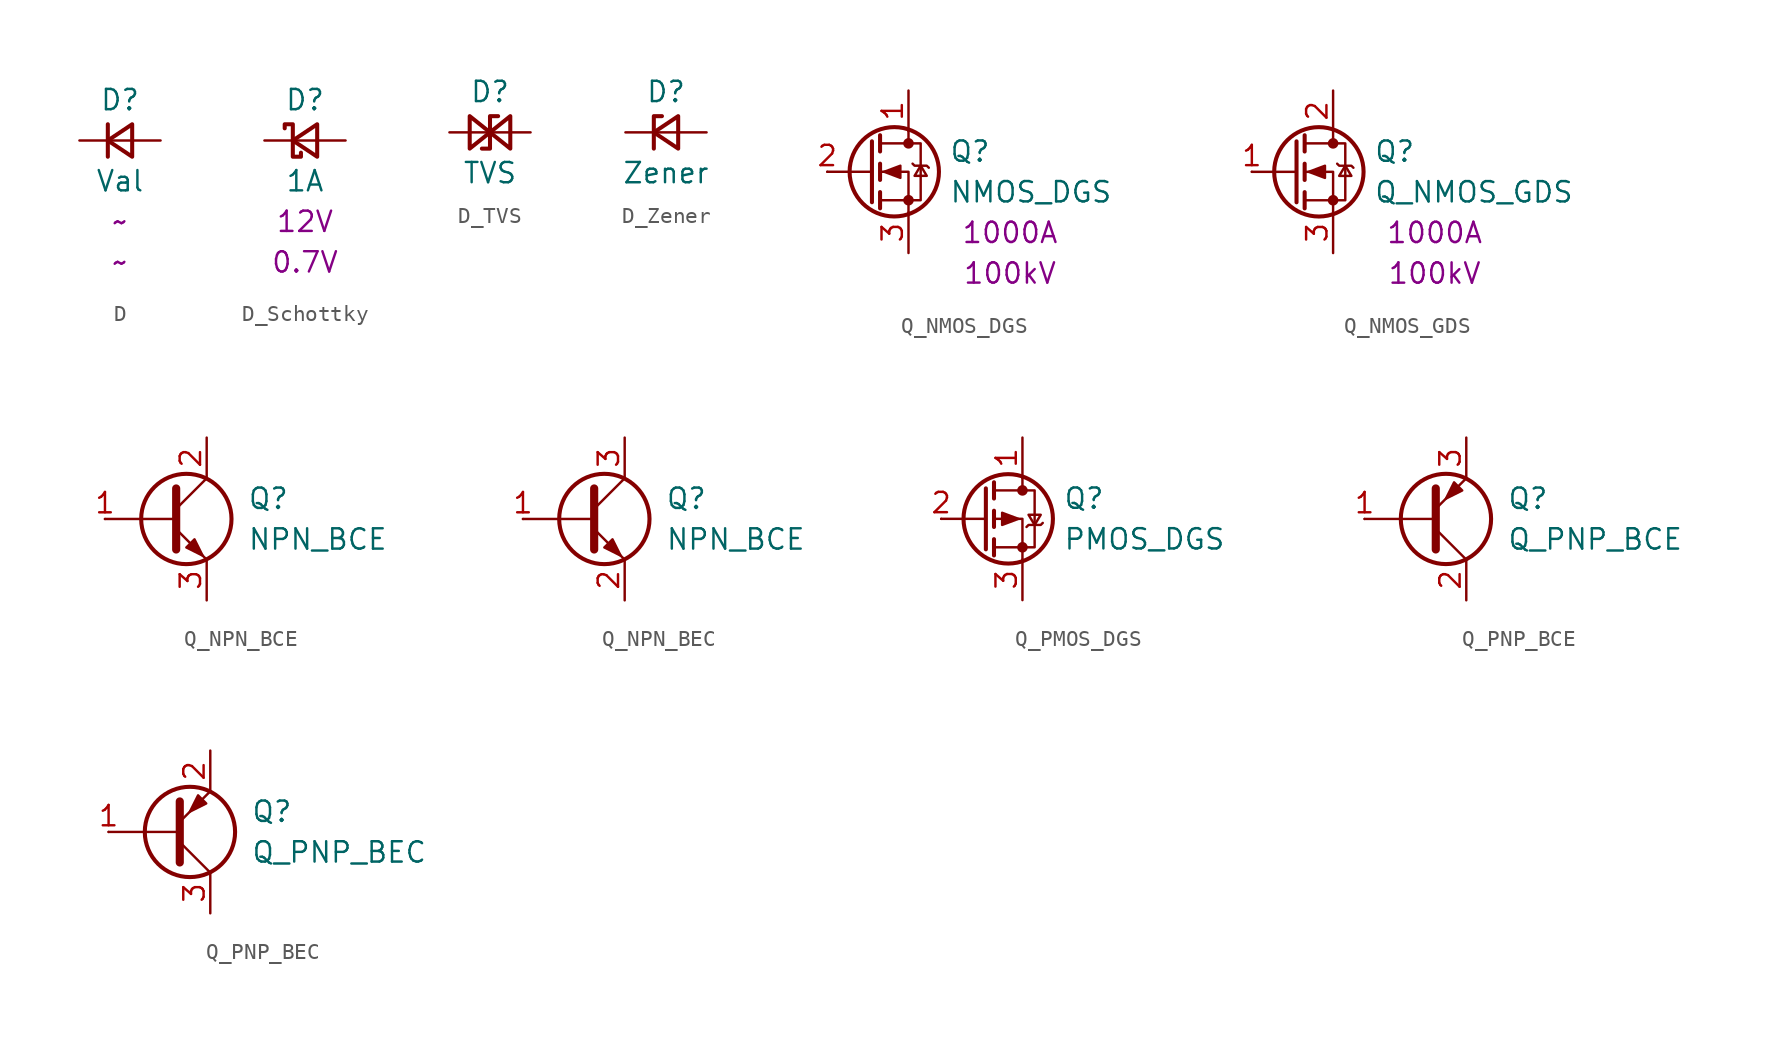
<source format=kicad_sym>
(kicad_symbol_lib
  (version 20241209)
  (generator "kicad_symbol_editor")
  (generator_version "9.0")
  (symbol "D"
    (pin_numbers
      (hide yes))
    (pin_names
      (offset 1.016)
      (hide yes))
    (property "Reference" "D"
      (at 0 2.54 0)
      (effects (font (size 1.27 1.27))))
    (property "Value" "Val"
      (at 0 -2.54 0)
      (effects (font (size 1.27 1.27))))
    (property "VMax" "~"
      (at 0 -7.62 0)
      (effects (font (size 1.27 1.27))))
    (property "IMax" "~"
      (at 0 -5.08 0)
      (effects (font (size 1.27 1.27))))
    (symbol "D_0_1"
      (polyline (pts (xy -0.762 0) (xy 0.762 0)) (stroke (width 0) (type default)) (fill (type none)))
      (polyline (pts (xy -0.762 -1.016) (xy -0.762 1.016)) (stroke (width 0.254) (type default)) (fill (type none)))
      (polyline (pts (xy 0.762 -1.016) (xy -0.762 0) (xy 0.762 1.016) (xy 0.762 -1.016)) (stroke (width 0.254) (type default)) (fill (type none))))
    (symbol "D_1_1"
      (pin passive line (at -2.54 0 0) (length 1.778) (name "K" (effects (font (size 1.27 1.27)))) (number "1" (effects (font (size 1.27 1.27)))))
      (pin passive line (at 2.54 0 180) (length 1.778) (name "A" (effects (font (size 1.27 1.27)))) (number "2" (effects (font (size 1.27 1.27)))))))
  (symbol "D_Schottky"
    (pin_numbers
      (hide yes))
    (pin_names
      (offset 1.016)
      (hide yes))
    (property "Reference" "D"
      (at 0 2.54 0)
      (effects (font (size 1.27 1.27))))
    (property "Value" "1A"
      (at 0 -2.54 0)
      (effects (font (size 1.27 1.27))))
    (property "VDrop" "0.7V"
      (at 0 -7.62 0)
      (effects (font (size 1.27 1.27))))
    (property "VMax" "12V"
      (at 0 -5.08 0)
      (effects (font (size 1.27 1.27))))
    (symbol "D_Schottky_0_1"
      (polyline (pts (xy -1.27 0.762) (xy -1.27 1.016) (xy -0.762 1.016) (xy -0.762 -1.016) (xy -0.254 -1.016) (xy -0.254 -0.762)) (stroke (width 0.254) (type default)) (fill (type none)))
      (polyline (pts (xy -0.762 0) (xy 0.762 0)) (stroke (width 0) (type default)) (fill (type none)))
      (polyline (pts (xy 0.762 -1.016) (xy -0.762 0) (xy 0.762 1.016) (xy 0.762 -1.016)) (stroke (width 0.254) (type default)) (fill (type none))))
    (symbol "D_Schottky_1_1"
      (pin passive line (at -2.54 0 0) (length 1.778) (name "K" (effects (font (size 1.27 1.27)))) (number "1" (effects (font (size 1.27 1.27)))))
      (pin passive line (at 2.54 0 180) (length 1.778) (name "A" (effects (font (size 1.27 1.27)))) (number "2" (effects (font (size 1.27 1.27)))))))
  (symbol "D_TVS"
    (pin_numbers
      (hide yes))
    (pin_names
      (offset 1.016)
      (hide yes))
    (property "Reference" "D"
      (at 0 2.54 0)
      (effects (font (size 1.27 1.27))))
    (property "Value" "TVS"
      (at 0 -2.54 0)
      (effects (font (size 1.27 1.27))))
    (symbol "D_TVS_0_1"
      (polyline (pts (xy -1.27 1.016) (xy -1.27 -1.016) (xy 1.27 1.016) (xy 1.27 -1.016) (xy -1.27 1.016)) (stroke (width 0.254) (type default)) (fill (type none)))
      (polyline (pts (xy -1.27 0) (xy 1.27 0)) (stroke (width 0) (type default)) (fill (type none)))
      (polyline (pts (xy 0.508 1.016) (xy 0 1.016) (xy 0 -1.016) (xy -0.508 -1.016)) (stroke (width 0.254) (type default)) (fill (type none))))
    (symbol "D_TVS_1_1"
      (pin passive line (at -2.54 0 0) (length 1.27) (name "A1" (effects (font (size 1.27 1.27)))) (number "1" (effects (font (size 1.27 1.27)))))
      (pin passive line (at 2.54 0 180) (length 1.27) (name "A2" (effects (font (size 1.27 1.27)))) (number "2" (effects (font (size 1.27 1.27)))))))
  (symbol "D_Zener"
    (pin_numbers
      (hide yes))
    (pin_names
      (offset 1.016)
      (hide yes))
    (property "Reference" "D"
      (at 0 2.54 0)
      (effects (font (size 1.27 1.27))))
    (property "Value" "Zener"
      (at 0 -2.54 0)
      (effects (font (size 1.27 1.27))))
    (symbol "D_Zener_0_1"
      (polyline (pts (xy -0.254 1.016) (xy -0.762 1.016) (xy -0.762 -1.016)) (stroke (width 0.254) (type default)) (fill (type none)))
      (polyline (pts (xy 0.762 1.016) (xy -0.762 0) (xy 0.762 -1.016) (xy 0.762 1.016)) (stroke (width 0.254) (type default)) (fill (type none)))
      (polyline (pts (xy 0.762 0) (xy -0.762 0)) (stroke (width 0) (type default)) (fill (type none))))
    (symbol "D_Zener_1_1"
      (pin passive line (at -2.54 0 0) (length 1.778) (name "K" (effects (font (size 1.27 1.27)))) (number "1" (effects (font (size 1.27 1.27)))))
      (pin passive line (at 2.54 0 180) (length 1.778) (name "A" (effects (font (size 1.27 1.27)))) (number "2" (effects (font (size 1.27 1.27)))))))
  (symbol "Q_NMOS_DGS"
    (pin_names
      (offset 0)
      (hide yes))
    (property "Reference" "Q"
      (at 5.08 1.27 0)
      (effects (font (size 1.27 1.27)) (justify left)))
    (property "Value" "NMOS_DGS"
      (at 5.08 -1.27 0)
      (effects (font (size 1.27 1.27)) (justify left)))
    (property "IMax" "1000A"
      (at 8.89 -3.81 0)
      (effects (font (size 1.27 1.27))))
    (property "VMax" "100kV"
      (at 8.89 -6.35 0)
      (effects (font (size 1.27 1.27))))
    (symbol "Q_NMOS_DGS_0_1"
      (polyline (pts (xy 0.254 1.905) (xy 0.254 -1.905)) (stroke (width 0.254) (type default)) (fill (type none)))
      (polyline (pts (xy 0.254 0) (xy -2.54 0)) (stroke (width 0) (type default)) (fill (type none)))
      (polyline (pts (xy 0.762 2.286) (xy 0.762 1.27)) (stroke (width 0.254) (type default)) (fill (type none)))
      (polyline (pts (xy 0.762 0.508) (xy 0.762 -0.508)) (stroke (width 0.254) (type default)) (fill (type none)))
      (polyline (pts (xy 0.762 -1.27) (xy 0.762 -2.286)) (stroke (width 0.254) (type default)) (fill (type none)))
      (polyline (pts (xy 0.762 -1.778) (xy 3.302 -1.778) (xy 3.302 1.778) (xy 0.762 1.778)) (stroke (width 0) (type default)) (fill (type none)))
      (polyline (pts (xy 1.016 0) (xy 2.032 0.381) (xy 2.032 -0.381) (xy 1.016 0)) (stroke (width 0) (type default)) (fill (type outline)))
      (circle (center 1.651 0) (radius 2.794) (stroke (width 0.254) (type default)) (fill (type none)))
      (polyline (pts (xy 2.54 2.54) (xy 2.54 1.778)) (stroke (width 0) (type default)) (fill (type none)))
      (circle (center 2.54 1.778) (radius 0.254) (stroke (width 0) (type default)) (fill (type outline)))
      (circle (center 2.54 -1.778) (radius 0.254) (stroke (width 0) (type default)) (fill (type outline)))
      (polyline (pts (xy 2.54 -2.54) (xy 2.54 0) (xy 0.762 0)) (stroke (width 0) (type default)) (fill (type none)))
      (polyline (pts (xy 2.794 0.508) (xy 2.921 0.381) (xy 3.683 0.381) (xy 3.81 0.254)) (stroke (width 0) (type default)) (fill (type none)))
      (polyline (pts (xy 3.302 0.381) (xy 2.921 -0.254) (xy 3.683 -0.254) (xy 3.302 0.381)) (stroke (width 0) (type default)) (fill (type none))))
    (symbol "Q_NMOS_DGS_1_1"
      (pin input line (at -2.54 0 0) (length 0) (name "G" (effects (font (size 1.27 1.27)))) (number "2" (effects (font (size 1.27 1.27)))))
      (pin passive line (at 2.54 5.08 270) (length 2.54) (name "D" (effects (font (size 1.27 1.27)))) (number "1" (effects (font (size 1.27 1.27)))))
      (pin passive line (at 2.54 -5.08 90) (length 2.54) (name "S" (effects (font (size 1.27 1.27)))) (number "3" (effects (font (size 1.27 1.27)))))))
  (symbol "Q_NMOS_GDS"
    (pin_names
      (offset 0)
      (hide yes))
    (property "Reference" "Q"
      (at 5.08 1.27 0)
      (effects (font (size 1.27 1.27)) (justify left)))
    (property "Value" "Q_NMOS_GDS"
      (at 5.08 -1.27 0)
      (effects (font (size 1.27 1.27)) (justify left)))
    (property "IMax" "1000A"
      (at 8.89 -3.81 0)
      (effects (font (size 1.27 1.27))))
    (property "VMax" "100kV"
      (at 8.89 -6.35 0)
      (effects (font (size 1.27 1.27))))
    (symbol "Q_NMOS_GDS_0_1"
      (polyline (pts (xy 0.254 1.905) (xy 0.254 -1.905)) (stroke (width 0.254) (type default)) (fill (type none)))
      (polyline (pts (xy 0.254 0) (xy -2.54 0)) (stroke (width 0) (type default)) (fill (type none)))
      (polyline (pts (xy 0.762 2.286) (xy 0.762 1.27)) (stroke (width 0.254) (type default)) (fill (type none)))
      (polyline (pts (xy 0.762 0.508) (xy 0.762 -0.508)) (stroke (width 0.254) (type default)) (fill (type none)))
      (polyline (pts (xy 0.762 -1.27) (xy 0.762 -2.286)) (stroke (width 0.254) (type default)) (fill (type none)))
      (polyline (pts (xy 0.762 -1.778) (xy 3.302 -1.778) (xy 3.302 1.778) (xy 0.762 1.778)) (stroke (width 0) (type default)) (fill (type none)))
      (polyline (pts (xy 1.016 0) (xy 2.032 0.381) (xy 2.032 -0.381) (xy 1.016 0)) (stroke (width 0) (type default)) (fill (type outline)))
      (circle (center 1.651 0) (radius 2.794) (stroke (width 0.254) (type default)) (fill (type none)))
      (polyline (pts (xy 2.54 2.54) (xy 2.54 1.778)) (stroke (width 0) (type default)) (fill (type none)))
      (circle (center 2.54 1.778) (radius 0.254) (stroke (width 0) (type default)) (fill (type outline)))
      (circle (center 2.54 -1.778) (radius 0.254) (stroke (width 0) (type default)) (fill (type outline)))
      (polyline (pts (xy 2.54 -2.54) (xy 2.54 0) (xy 0.762 0)) (stroke (width 0) (type default)) (fill (type none)))
      (polyline (pts (xy 2.794 0.508) (xy 2.921 0.381) (xy 3.683 0.381) (xy 3.81 0.254)) (stroke (width 0) (type default)) (fill (type none)))
      (polyline (pts (xy 3.302 0.381) (xy 2.921 -0.254) (xy 3.683 -0.254) (xy 3.302 0.381)) (stroke (width 0) (type default)) (fill (type none))))
    (symbol "Q_NMOS_GDS_1_1"
      (pin input line (at -2.54 0 0) (length 0) (name "G" (effects (font (size 1.27 1.27)))) (number "1" (effects (font (size 1.27 1.27)))))
      (pin passive line (at 2.54 5.08 270) (length 2.54) (name "D" (effects (font (size 1.27 1.27)))) (number "2" (effects (font (size 1.27 1.27)))))
      (pin passive line (at 2.54 -5.08 90) (length 2.54) (name "S" (effects (font (size 1.27 1.27)))) (number "3" (effects (font (size 1.27 1.27)))))))
  (symbol "Q_NPN_BCE"
    (pin_names
      (offset 0)
      (hide yes))
    (property "Reference" "Q"
      (at 5.08 1.27 0)
      (effects (font (size 1.27 1.27)) (justify left)))
    (property "Value" "NPN_BCE"
      (at 5.08 -1.27 0)
      (effects (font (size 1.27 1.27)) (justify left)))
    (symbol "Q_NPN_BCE_0_1"
      (polyline (pts (xy 0.635 1.905) (xy 0.635 -1.905) (xy 0.635 -1.905)) (stroke (width 0.508) (type default)) (fill (type none)))
      (polyline (pts (xy 0.635 0.635) (xy 2.54 2.54)) (stroke (width 0) (type default)) (fill (type none)))
      (polyline (pts (xy 0.635 -0.635) (xy 2.54 -2.54) (xy 2.54 -2.54)) (stroke (width 0) (type default)) (fill (type none)))
      (polyline (pts (xy 1.27 -1.778) (xy 1.778 -1.27) (xy 2.286 -2.286) (xy 1.27 -1.778) (xy 1.27 -1.778)) (stroke (width 0) (type default)) (fill (type outline))))
    (symbol "Q_NPN_BCE_1_1"
      (polyline (pts (xy -3.81 0) (xy 0.635 0)) (stroke (width 0) (type default)) (fill (type none)))
      (circle (center 1.27 0) (radius 2.819) (stroke (width 0.254) (type default)) (fill (type none)))
      (pin input line (at -3.81 0 0) (length 0) (name "B" (effects (font (size 1.27 1.27)))) (number "1" (effects (font (size 1.27 1.27)))))
      (pin passive line (at 2.54 5.08 270) (length 2.54) (name "C" (effects (font (size 1.27 1.27)))) (number "2" (effects (font (size 1.27 1.27)))))
      (pin passive line (at 2.54 -5.08 90) (length 2.54) (name "E" (effects (font (size 1.27 1.27)))) (number "3" (effects (font (size 1.27 1.27)))))))
  (symbol "Q_NPN_BEC"
    (pin_names
      (offset 0)
      (hide yes))
    (property "Reference" "Q"
      (at 5.08 1.27 0)
      (effects (font (size 1.27 1.27)) (justify left)))
    (property "Value" "NPN_BCE"
      (at 5.08 -1.27 0)
      (effects (font (size 1.27 1.27)) (justify left)))
    (symbol "Q_NPN_BEC_0_1"
      (polyline (pts (xy 0.635 1.905) (xy 0.635 -1.905) (xy 0.635 -1.905)) (stroke (width 0.508) (type default)) (fill (type none)))
      (polyline (pts (xy 0.635 0.635) (xy 2.54 2.54)) (stroke (width 0) (type default)) (fill (type none)))
      (polyline (pts (xy 0.635 -0.635) (xy 2.54 -2.54) (xy 2.54 -2.54)) (stroke (width 0) (type default)) (fill (type none)))
      (polyline (pts (xy 1.27 -1.778) (xy 1.778 -1.27) (xy 2.286 -2.286) (xy 1.27 -1.778) (xy 1.27 -1.778)) (stroke (width 0) (type default)) (fill (type outline))))
    (symbol "Q_NPN_BEC_1_1"
      (polyline (pts (xy -3.81 0) (xy 0.635 0)) (stroke (width 0) (type default)) (fill (type none)))
      (circle (center 1.27 0) (radius 2.819) (stroke (width 0.254) (type default)) (fill (type none)))
      (pin input line (at -3.81 0 0) (length 0) (name "B" (effects (font (size 1.27 1.27)))) (number "1" (effects (font (size 1.27 1.27)))))
      (pin passive line (at 2.54 5.08 270) (length 2.54) (name "C" (effects (font (size 1.27 1.27)))) (number "3" (effects (font (size 1.27 1.27)))))
      (pin passive line (at 2.54 -5.08 90) (length 2.54) (name "E" (effects (font (size 1.27 1.27)))) (number "2" (effects (font (size 1.27 1.27)))))))
  (symbol "Q_PMOS_DGS"
    (pin_names
      (offset 0)
      (hide yes))
    (property "Reference" "Q"
      (at 5.08 1.27 0)
      (effects (font (size 1.27 1.27)) (justify left)))
    (property "Value" "PMOS_DGS"
      (at 5.08 -1.27 0)
      (effects (font (size 1.27 1.27)) (justify left)))
    (symbol "Q_PMOS_DGS_0_1"
      (polyline (pts (xy 0.254 1.905) (xy 0.254 -1.905)) (stroke (width 0.254) (type default)) (fill (type none)))
      (polyline (pts (xy 0.254 0) (xy -2.54 0)) (stroke (width 0) (type default)) (fill (type none)))
      (polyline (pts (xy 0.762 2.286) (xy 0.762 1.27)) (stroke (width 0.254) (type default)) (fill (type none)))
      (polyline (pts (xy 0.762 1.778) (xy 3.302 1.778) (xy 3.302 -1.778) (xy 0.762 -1.778)) (stroke (width 0) (type default)) (fill (type none)))
      (polyline (pts (xy 0.762 0.508) (xy 0.762 -0.508)) (stroke (width 0.254) (type default)) (fill (type none)))
      (polyline (pts (xy 0.762 -1.27) (xy 0.762 -2.286)) (stroke (width 0.254) (type default)) (fill (type none)))
      (circle (center 1.651 0) (radius 2.794) (stroke (width 0.254) (type default)) (fill (type none)))
      (polyline (pts (xy 2.286 0) (xy 1.27 0.381) (xy 1.27 -0.381) (xy 2.286 0)) (stroke (width 0) (type default)) (fill (type outline)))
      (polyline (pts (xy 2.54 2.54) (xy 2.54 1.778)) (stroke (width 0) (type default)) (fill (type none)))
      (circle (center 2.54 1.778) (radius 0.254) (stroke (width 0) (type default)) (fill (type outline)))
      (circle (center 2.54 -1.778) (radius 0.254) (stroke (width 0) (type default)) (fill (type outline)))
      (polyline (pts (xy 2.54 -2.54) (xy 2.54 0) (xy 0.762 0)) (stroke (width 0) (type default)) (fill (type none)))
      (polyline (pts (xy 2.794 -0.508) (xy 2.921 -0.381) (xy 3.683 -0.381) (xy 3.81 -0.254)) (stroke (width 0) (type default)) (fill (type none)))
      (polyline (pts (xy 3.302 -0.381) (xy 2.921 0.254) (xy 3.683 0.254) (xy 3.302 -0.381)) (stroke (width 0) (type default)) (fill (type none))))
    (symbol "Q_PMOS_DGS_1_1"
      (pin input line (at -2.54 0 0) (length 0) (name "G" (effects (font (size 1.27 1.27)))) (number "2" (effects (font (size 1.27 1.27)))))
      (pin passive line (at 2.54 5.08 270) (length 2.54) (name "D" (effects (font (size 1.27 1.27)))) (number "1" (effects (font (size 1.27 1.27)))))
      (pin passive line (at 2.54 -5.08 90) (length 2.54) (name "S" (effects (font (size 1.27 1.27)))) (number "3" (effects (font (size 1.27 1.27)))))))
  (symbol "Q_PNP_BCE"
    (pin_names
      (offset 0)
      (hide yes))
    (property "Reference" "Q"
      (at 5.08 1.27 0)
      (effects (font (size 1.27 1.27)) (justify left)))
    (property "Value" "Q_PNP_BCE"
      (at 5.08 -1.27 0)
      (effects (font (size 1.27 1.27)) (justify left)))
    (symbol "Q_PNP_BCE_0_1"
      (polyline (pts (xy 0.635 0.635) (xy 2.54 2.54) (xy 2.54 2.54)) (stroke (width 0) (type default)) (fill (type none)))
      (polyline (pts (xy 0.635 -0.635) (xy 2.54 -2.54)) (stroke (width 0) (type default)) (fill (type none)))
      (polyline (pts (xy 0.635 -1.905) (xy 0.635 1.905) (xy 0.635 1.905)) (stroke (width 0.508) (type default)) (fill (type none)))
      (circle (center 1.27 0) (radius 2.819) (stroke (width 0.254) (type default)) (fill (type none)))
      (polyline (pts (xy 2.286 1.778) (xy 1.778 2.286) (xy 1.27 1.27) (xy 2.286 1.778) (xy 2.286 1.778)) (stroke (width 0) (type default)) (fill (type outline))))
    (symbol "Q_PNP_BCE_1_1"
      (polyline (pts (xy -3.81 0) (xy 0.635 0)) (stroke (width 0) (type default)) (fill (type none)))
      (pin input line (at -3.81 0 0) (length 0) (name "B" (effects (font (size 1.27 1.27)))) (number "1" (effects (font (size 1.27 1.27)))))
      (pin passive line (at 2.54 5.08 270) (length 2.54) (name "E" (effects (font (size 1.27 1.27)))) (number "3" (effects (font (size 1.27 1.27)))))
      (pin passive line (at 2.54 -5.08 90) (length 2.54) (name "C" (effects (font (size 1.27 1.27)))) (number "2" (effects (font (size 1.27 1.27)))))))
  (symbol "Q_PNP_BEC"
    (pin_names
      (offset 0)
      (hide yes))
    (property "Reference" "Q"
      (at 5.08 1.27 0)
      (effects (font (size 1.27 1.27)) (justify left)))
    (property "Value" "Q_PNP_BEC"
      (at 5.08 -1.27 0)
      (effects (font (size 1.27 1.27)) (justify left)))
    (symbol "Q_PNP_BEC_0_1"
      (polyline (pts (xy 0.635 0.635) (xy 2.54 2.54) (xy 2.54 2.54)) (stroke (width 0) (type default)) (fill (type none)))
      (polyline (pts (xy 0.635 -0.635) (xy 2.54 -2.54)) (stroke (width 0) (type default)) (fill (type none)))
      (polyline (pts (xy 0.635 -1.905) (xy 0.635 1.905) (xy 0.635 1.905)) (stroke (width 0.508) (type default)) (fill (type none)))
      (circle (center 1.27 0) (radius 2.819) (stroke (width 0.254) (type default)) (fill (type none)))
      (polyline (pts (xy 2.286 1.778) (xy 1.778 2.286) (xy 1.27 1.27) (xy 2.286 1.778) (xy 2.286 1.778)) (stroke (width 0) (type default)) (fill (type outline))))
    (symbol "Q_PNP_BEC_1_1"
      (polyline (pts (xy -3.81 0) (xy 0.635 0)) (stroke (width 0) (type default)) (fill (type none)))
      (pin input line (at -3.81 0 0) (length 0) (name "B" (effects (font (size 1.27 1.27)))) (number "1" (effects (font (size 1.27 1.27)))))
      (pin passive line (at 2.54 5.08 270) (length 2.54) (name "E" (effects (font (size 1.27 1.27)))) (number "2" (effects (font (size 1.27 1.27)))))
      (pin passive line (at 2.54 -5.08 90) (length 2.54) (name "C" (effects (font (size 1.27 1.27)))) (number "3" (effects (font (size 1.27 1.27))))))))
</source>
